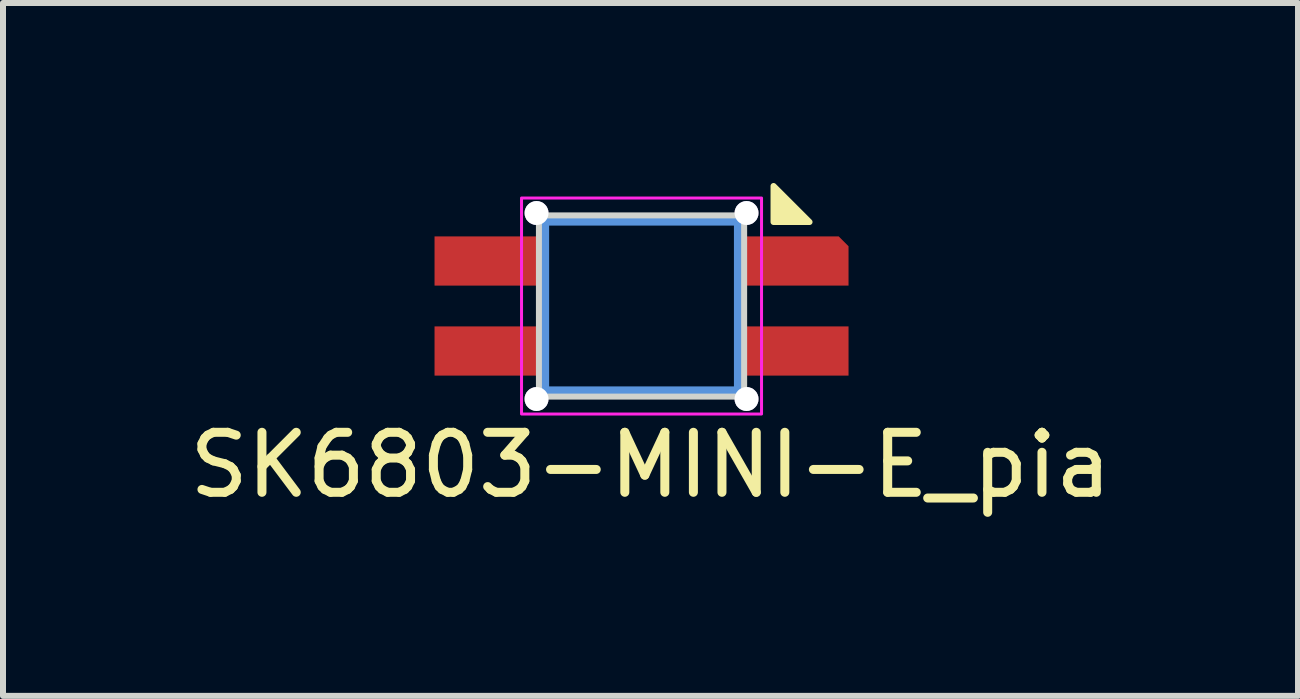
<source format=kicad_pcb>
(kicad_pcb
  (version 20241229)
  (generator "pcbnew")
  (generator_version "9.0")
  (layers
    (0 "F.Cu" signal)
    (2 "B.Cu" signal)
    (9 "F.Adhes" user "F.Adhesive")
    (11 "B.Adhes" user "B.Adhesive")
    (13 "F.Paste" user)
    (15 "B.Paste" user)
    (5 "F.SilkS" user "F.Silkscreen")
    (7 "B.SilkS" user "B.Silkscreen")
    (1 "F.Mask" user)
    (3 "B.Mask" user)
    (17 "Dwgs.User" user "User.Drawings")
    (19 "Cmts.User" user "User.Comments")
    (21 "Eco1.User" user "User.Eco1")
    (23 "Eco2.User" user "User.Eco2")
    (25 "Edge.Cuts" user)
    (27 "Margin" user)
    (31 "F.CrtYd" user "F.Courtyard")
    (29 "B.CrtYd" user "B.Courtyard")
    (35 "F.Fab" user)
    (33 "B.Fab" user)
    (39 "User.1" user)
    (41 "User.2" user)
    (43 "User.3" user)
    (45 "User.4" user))
  (footprint "SK6803-MINI-E_pia"
    (layer "F.Cu")
    (at 7.642 2.05)
    (property "Reference" "SK6803-MINI-E_pia" (at 0.15 2.65 0) (unlocked yes) (layer "F.SilkS") (effects (font (size 1 1) (thickness 0.15))))
    (attr smd)
    (fp_poly (pts (xy 2.8 -1.4) (xy 2.2 -1.4) (xy 2.2 -2)) (stroke (width 0.1) (type solid)) (fill yes) (layer "F.SilkS"))
    (fp_line (start -1.6 -1.4) (end 1.6 -1.4) (stroke (width 0.12) (type solid)) (layer "Cmts.User"))
    (fp_line (start -1.6 1.4) (end -1.6 -1.4) (stroke (width 0.12) (type solid)) (layer "Cmts.User"))
    (fp_line (start 1.6 -1.4) (end 1.6 1.4) (stroke (width 0.12) (type solid)) (layer "Cmts.User"))
    (fp_line (start 1.6 1.4) (end -1.6 1.4) (stroke (width 0.12) (type solid)) (layer "Cmts.User"))
    (fp_line (start -1.7 -1.5) (end 1.7 -1.5) (stroke (width 0.12) (type solid)) (layer "Edge.Cuts"))
    (fp_line (start -1.7 1.5) (end -1.7 -1.5) (stroke (width 0.12) (type solid)) (layer "Edge.Cuts"))
    (fp_line (start 1.7 -1.5) (end 1.7 1.5) (stroke (width 0.12) (type solid)) (layer "Edge.Cuts"))
    (fp_line (start 1.7 1.5) (end -1.7 1.5) (stroke (width 0.12) (type solid)) (layer "Edge.Cuts"))
    (fp_rect (start -2 -1.8) (end 2 1.8) (stroke (width 0.05) (type default)) (fill no) (layer "F.CrtYd"))
    (pad "" np_thru_hole custom (at -1.75 -1.55) (size 0.4 0.4) (drill 0.4) (layers "*.Cu" "*.Mask") (options (anchor circle)) (primitives))
    (pad "" np_thru_hole custom (at -1.75 1.55) (size 0.4 0.4) (drill 0.4) (layers "*.Cu" "*.Mask") (options (anchor circle)) (primitives))
    (pad "" np_thru_hole custom (at 1.75 -1.55) (size 0.4 0.4) (drill 0.4) (layers "*.Cu" "*.Mask") (options (anchor circle)) (primitives))
    (pad "" np_thru_hole custom (at 1.75 1.55) (size 0.4 0.4) (drill 0.4) (layers "*.Cu" "*.Mask") (options (anchor circle)) (primitives))
    (pad "1" smd rect (at -2.6 -0.75) (size 1.7 0.82) (layers "F.Cu" "F.Mask" "F.Paste"))
    (pad "2" smd roundrect (at 2.6 -0.75) (size 1.7 0.82) (layers "F.Cu" "F.Mask" "F.Paste") (roundrect_rratio 0) (chamfer_ratio 0.2) (chamfer top_right))
    (pad "3" smd rect (at 2.6 0.75) (size 1.7 0.82) (layers "F.Cu" "F.Mask" "F.Paste"))
    (pad "4" smd rect (at -2.6 0.75) (size 1.7 0.82) (layers "F.Cu" "F.Mask" "F.Paste")))
  (gr_rect
    (start -3 -3)
    (end 18.583 8.548)
    (stroke (width 0.1) (type default))
    (fill no)
    (layer "Edge.Cuts")))
</source>
